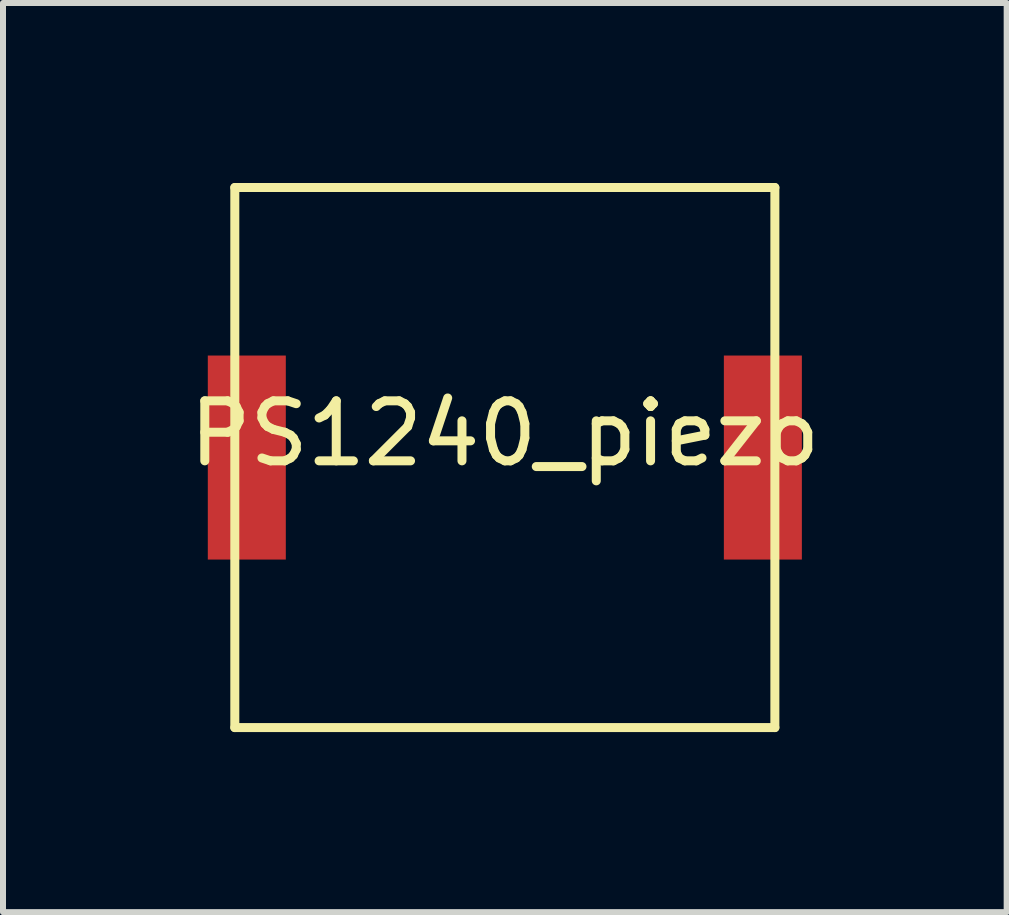
<source format=kicad_pcb>
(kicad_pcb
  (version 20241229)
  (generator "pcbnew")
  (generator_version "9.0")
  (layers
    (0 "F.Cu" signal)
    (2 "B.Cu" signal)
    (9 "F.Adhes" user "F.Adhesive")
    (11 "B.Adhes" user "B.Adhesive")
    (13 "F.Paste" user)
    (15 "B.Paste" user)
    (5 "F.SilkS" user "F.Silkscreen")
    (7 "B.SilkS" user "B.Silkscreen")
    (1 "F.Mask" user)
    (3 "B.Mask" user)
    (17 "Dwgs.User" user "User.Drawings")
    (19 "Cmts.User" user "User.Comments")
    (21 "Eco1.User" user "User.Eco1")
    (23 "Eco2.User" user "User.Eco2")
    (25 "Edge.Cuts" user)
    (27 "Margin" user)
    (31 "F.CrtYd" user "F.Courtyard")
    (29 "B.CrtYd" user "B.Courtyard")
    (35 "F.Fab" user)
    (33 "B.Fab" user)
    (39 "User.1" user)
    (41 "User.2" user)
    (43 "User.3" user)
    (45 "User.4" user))
  (footprint "PS1240_piezo"
    (layer "F.Cu")
    (at 5.363 4.575)
    (property "Reference" "PS1240_piezo" (at 0 -0.4 0) (layer "F.SilkS") (effects (font (size 1 1) (thickness 0.15))))
    (attr through_hole)
    (fp_line (start -4.5 -4.5) (end -4.5 4.5) (stroke (width 0.15) (type solid)) (layer "F.SilkS"))
    (fp_line (start -4.5 4.5) (end 4.5 4.5) (stroke (width 0.15) (type solid)) (layer "F.SilkS"))
    (fp_line (start 4.5 -4.5) (end -4.5 -4.5) (stroke (width 0.15) (type solid)) (layer "F.SilkS"))
    (fp_line (start 4.5 4.5) (end 4.5 -4.5) (stroke (width 0.15) (type solid)) (layer "F.SilkS"))
    (pad "1" smd rect (at -4.3 0) (size 1.3 3.4) (layers "F.Cu" "F.Mask" "F.Paste"))
    (pad "2" smd rect (at 4.3 0) (size 1.3 3.4) (layers "F.Cu" "F.Mask" "F.Paste")))
  (gr_rect
    (start -3 -3)
    (end 13.726 12.15)
    (stroke (width 0.1) (type default))
    (fill no)
    (layer "Edge.Cuts")))
</source>
